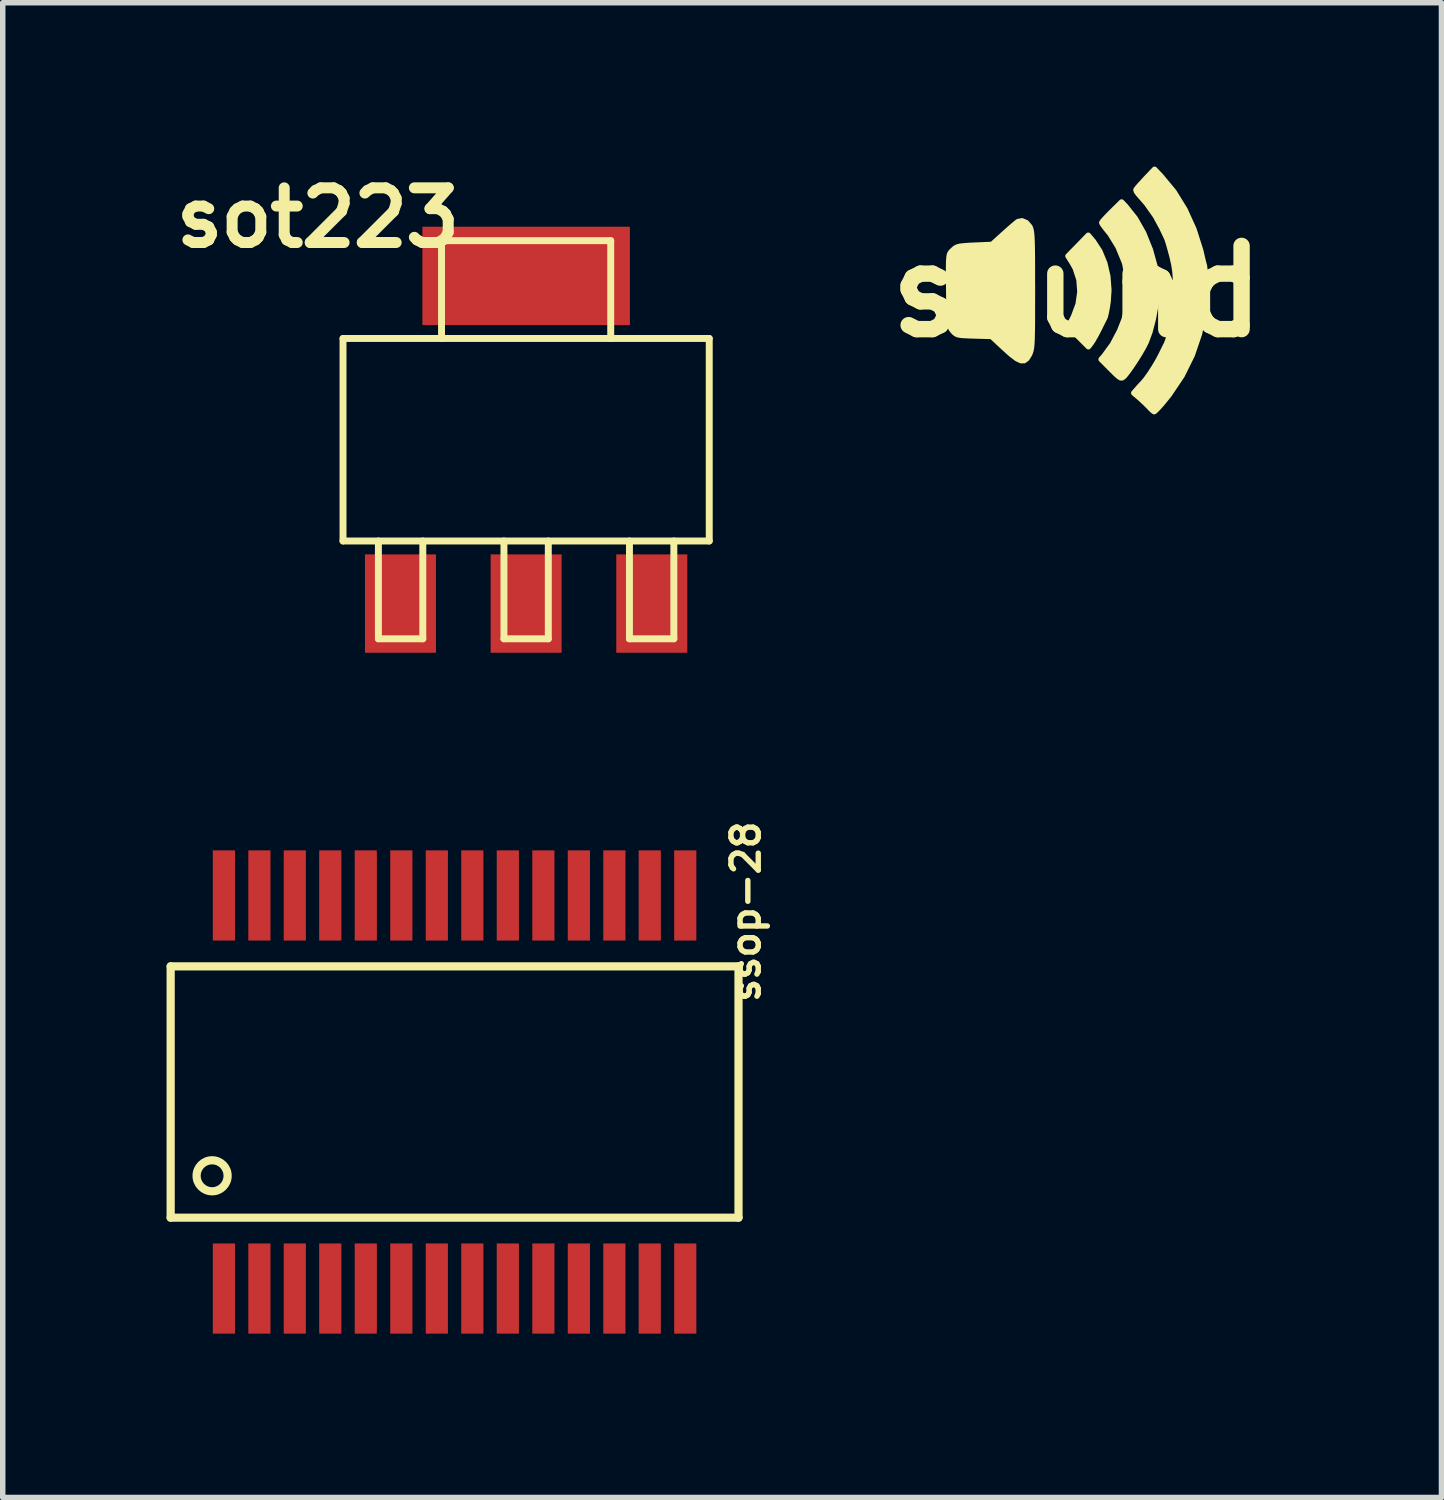
<source format=kicad_pcb>
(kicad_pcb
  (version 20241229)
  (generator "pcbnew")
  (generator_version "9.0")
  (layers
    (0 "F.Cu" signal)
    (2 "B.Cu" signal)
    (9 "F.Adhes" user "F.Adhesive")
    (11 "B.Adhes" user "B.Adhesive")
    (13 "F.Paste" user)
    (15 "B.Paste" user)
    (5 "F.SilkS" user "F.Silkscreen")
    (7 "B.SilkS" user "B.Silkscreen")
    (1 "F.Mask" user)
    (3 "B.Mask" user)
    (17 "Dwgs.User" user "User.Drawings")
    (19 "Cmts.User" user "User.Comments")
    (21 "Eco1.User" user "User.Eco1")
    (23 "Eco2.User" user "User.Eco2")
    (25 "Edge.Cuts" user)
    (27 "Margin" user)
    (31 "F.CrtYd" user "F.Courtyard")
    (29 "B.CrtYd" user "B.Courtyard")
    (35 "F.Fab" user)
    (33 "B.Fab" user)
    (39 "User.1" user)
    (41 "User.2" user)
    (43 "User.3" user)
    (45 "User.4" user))
  (footprint "ssop-28"
    (layer "F.Cu")
    (at 5.274 16.946)
    (property "Reference" "ssop-28" (at 5.334 -3.302 90) (layer "F.SilkS") (effects (font (size 0.5 0.5) (thickness 0.099))))
    (attr smd)
    (fp_line (start -5.199 -2.301) (end 5.199 -2.301) (stroke (width 0.15) (type solid)) (layer "F.SilkS"))
    (fp_line (start -5.199 2.301) (end -5.199 -2.301) (stroke (width 0.15) (type solid)) (layer "F.SilkS"))
    (fp_line (start 5.199 -2.301) (end 5.199 2.301) (stroke (width 0.15) (type solid)) (layer "F.SilkS"))
    (fp_line (start 5.199 2.301) (end -5.199 2.301) (stroke (width 0.15) (type solid)) (layer "F.SilkS"))
    (fp_circle (center -4.44 1.534) (end -4.567 1.788) (stroke (width 0.15) (type solid)) (fill no) (layer "F.SilkS"))
    (pad "1" smd rect (at -4.224 3.599) (size 0.406 1.651) (layers "F.Cu" "F.Mask" "F.Paste"))
    (pad "2" smd rect (at -3.574 3.599) (size 0.406 1.651) (layers "F.Cu" "F.Mask" "F.Paste"))
    (pad "3" smd rect (at -2.926 3.599) (size 0.406 1.651) (layers "F.Cu" "F.Mask" "F.Paste"))
    (pad "4" smd rect (at -2.276 3.599) (size 0.406 1.651) (layers "F.Cu" "F.Mask" "F.Paste"))
    (pad "5" smd rect (at -1.626 3.599) (size 0.406 1.651) (layers "F.Cu" "F.Mask" "F.Paste"))
    (pad "6" smd rect (at -0.975 3.599) (size 0.406 1.651) (layers "F.Cu" "F.Mask" "F.Paste"))
    (pad "7" smd rect (at -0.325 3.599) (size 0.406 1.651) (layers "F.Cu" "F.Mask" "F.Paste"))
    (pad "8" smd rect (at 0.325 3.599) (size 0.406 1.651) (layers "F.Cu" "F.Mask" "F.Paste"))
    (pad "9" smd rect (at 0.975 3.599) (size 0.406 1.651) (layers "F.Cu" "F.Mask" "F.Paste"))
    (pad "10" smd rect (at 1.626 3.599) (size 0.406 1.651) (layers "F.Cu" "F.Mask" "F.Paste"))
    (pad "11" smd rect (at 2.276 3.599) (size 0.406 1.651) (layers "F.Cu" "F.Mask" "F.Paste"))
    (pad "12" smd rect (at 2.926 3.599) (size 0.406 1.651) (layers "F.Cu" "F.Mask" "F.Paste"))
    (pad "13" smd rect (at 3.574 3.599) (size 0.406 1.651) (layers "F.Cu" "F.Mask" "F.Paste"))
    (pad "14" smd rect (at 4.224 3.599) (size 0.406 1.651) (layers "F.Cu" "F.Mask" "F.Paste"))
    (pad "15" smd rect (at 4.224 -3.599) (size 0.406 1.651) (layers "F.Cu" "F.Mask" "F.Paste"))
    (pad "16" smd rect (at 3.574 -3.599) (size 0.406 1.651) (layers "F.Cu" "F.Mask" "F.Paste"))
    (pad "17" smd rect (at 2.926 -3.599) (size 0.406 1.651) (layers "F.Cu" "F.Mask" "F.Paste"))
    (pad "18" smd rect (at 2.276 -3.599) (size 0.406 1.651) (layers "F.Cu" "F.Mask" "F.Paste"))
    (pad "19" smd rect (at 1.626 -3.599) (size 0.406 1.651) (layers "F.Cu" "F.Mask" "F.Paste"))
    (pad "20" smd rect (at 0.975 -3.599) (size 0.406 1.651) (layers "F.Cu" "F.Mask" "F.Paste"))
    (pad "21" smd rect (at 0.325 -3.599) (size 0.406 1.651) (layers "F.Cu" "F.Mask" "F.Paste"))
    (pad "22" smd rect (at -0.325 -3.599) (size 0.406 1.651) (layers "F.Cu" "F.Mask" "F.Paste"))
    (pad "23" smd rect (at -0.975 -3.599) (size 0.406 1.651) (layers "F.Cu" "F.Mask" "F.Paste"))
    (pad "24" smd rect (at -1.626 -3.599) (size 0.406 1.651) (layers "F.Cu" "F.Mask" "F.Paste"))
    (pad "25" smd rect (at -2.276 -3.599) (size 0.406 1.651) (layers "F.Cu" "F.Mask" "F.Paste"))
    (pad "26" smd rect (at -2.926 -3.599) (size 0.406 1.651) (layers "F.Cu" "F.Mask" "F.Paste"))
    (pad "27" smd rect (at -3.574 -3.599) (size 0.406 1.651) (layers "F.Cu" "F.Mask" "F.Paste"))
    (pad "28" smd rect (at -4.224 -3.599) (size 0.406 1.651) (layers "F.Cu" "F.Mask" "F.Paste")))
  (footprint "sound"
    (layer "F.Cu")
    (at 16.673 2.287)
    (property "Reference" "sound" (at 0 0 0) (layer "F.SilkS") (effects (font (size 1.524 1.524) (thickness 0.3))))
    (attr through_hole)
    (fp_poly (pts (xy 0.581 -0.025) (xy 0.567 0.187) (xy 0.549 0.303) (xy 0.53 0.401) (xy 0.514 0.464) (xy 0.51 0.475) (xy 0.486 0.523) (xy 0.445 0.604) (xy 0.397 0.702) (xy 0.395 0.705) (xy 0.342 0.806) (xy 0.292 0.894) (xy 0.255 0.95) (xy 0.207 1.012) (xy 0.024 0.829) (xy -0.158 0.647) (xy -0.064 0.458) (xy 0.02 0.233) (xy 0.052 0.006) (xy 0.035 -0.216) (xy -0.033 -0.424) (xy -0.086 -0.52) (xy -0.167 -0.648) (xy 0.019 -0.838) (xy 0.204 -1.029) (xy 0.297 -0.919) (xy 0.416 -0.737) (xy 0.506 -0.519) (xy 0.562 -0.277) (xy 0.581 -0.025)) (stroke (width 0.1) (type solid)) (fill yes) (layer "F.SilkS"))
    (fp_poly (pts (xy 1.466 -0.195) (xy 1.463 0.026) (xy 1.439 0.266) (xy 1.394 0.509) (xy 1.333 0.741) (xy 1.265 0.925) (xy 1.22 1.014) (xy 1.156 1.126) (xy 1.08 1.249) (xy 1.001 1.368) (xy 0.929 1.47) (xy 0.872 1.542) (xy 0.855 1.559) (xy 0.828 1.58) (xy 0.8 1.582) (xy 0.764 1.561) (xy 0.707 1.511) (xy 0.622 1.426) (xy 0.621 1.425) (xy 0.44 1.243) (xy 0.496 1.179) (xy 0.647 0.972) (xy 0.778 0.724) (xy 0.863 0.508) (xy 0.893 0.381) (xy 0.911 0.215) (xy 0.919 0.028) (xy 0.917 -0.162) (xy 0.904 -0.339) (xy 0.879 -0.486) (xy 0.865 -0.536) (xy 0.749 -0.818) (xy 0.606 -1.051) (xy 0.562 -1.106) (xy 0.504 -1.179) (xy 0.464 -1.235) (xy 0.452 -1.259) (xy 0.47 -1.287) (xy 0.521 -1.344) (xy 0.594 -1.42) (xy 0.633 -1.459) (xy 0.815 -1.638) (xy 0.889 -1.56) (xy 1.066 -1.337) (xy 1.218 -1.069) (xy 1.342 -0.761) (xy 1.436 -0.421) (xy 1.445 -0.381) (xy 1.466 -0.195)) (stroke (width 0.1) (type solid)) (fill yes) (layer "F.SilkS"))
    (fp_poly (pts (xy -0.818 -0.03) (xy -0.819 0.246) (xy -0.819 0.471) (xy -0.82 0.652) (xy -0.823 0.793) (xy -0.826 0.902) (xy -0.831 0.983) (xy -0.838 1.043) (xy -0.848 1.088) (xy -0.859 1.123) (xy -0.873 1.154) (xy -0.875 1.158) (xy -0.92 1.23) (xy -0.969 1.266) (xy -1.028 1.267) (xy -1.105 1.23) (xy -1.206 1.154) (xy -1.326 1.046) (xy -1.566 0.823) (xy -1.886 0.814) (xy -2.025 0.809) (xy -2.12 0.803) (xy -2.181 0.793) (xy -2.222 0.775) (xy -2.254 0.748) (xy -2.274 0.725) (xy -2.298 0.696) (xy -2.315 0.665) (xy -2.328 0.624) (xy -2.336 0.564) (xy -2.342 0.478) (xy -2.345 0.355) (xy -2.348 0.189) (xy -2.349 0.09) (xy -2.351 -0.137) (xy -2.353 -0.315) (xy -2.353 -0.449) (xy -2.351 -0.548) (xy -2.346 -0.618) (xy -2.339 -0.666) (xy -2.327 -0.698) (xy -2.311 -0.722) (xy -2.289 -0.743) (xy -2.276 -0.757) (xy -2.239 -0.79) (xy -2.2 -0.812) (xy -2.146 -0.827) (xy -2.066 -0.836) (xy -1.946 -0.844) (xy -1.879 -0.847) (xy -1.558 -0.861) (xy -1.34 -1.058) (xy -1.245 -1.143) (xy -1.162 -1.215) (xy -1.103 -1.264) (xy -1.081 -1.28) (xy -1.007 -1.293) (xy -0.93 -1.26) (xy -0.868 -1.189) (xy -0.855 -1.163) (xy -0.845 -1.13) (xy -0.836 -1.082) (xy -0.83 -1.015) (xy -0.825 -0.923) (xy -0.822 -0.8) (xy -0.82 -0.641) (xy -0.819 -0.44) (xy -0.819 -0.192) (xy -0.818 -0.03)) (stroke (width 0.1) (type solid)) (fill yes) (layer "F.SilkS"))
    (fp_poly (pts (xy 2.348 -0.072) (xy 2.321 0.36) (xy 2.241 0.774) (xy 2.107 1.168) (xy 1.921 1.543) (xy 1.682 1.898) (xy 1.548 2.062) (xy 1.484 2.133) (xy 1.434 2.184) (xy 1.411 2.201) (xy 1.384 2.182) (xy 1.337 2.136) (xy 1.326 2.124) (xy 1.26 2.057) (xy 1.178 1.98) (xy 1.147 1.952) (xy 1.038 1.859) (xy 1.104 1.783) (xy 1.157 1.724) (xy 1.197 1.682) (xy 1.2 1.679) (xy 1.258 1.611) (xy 1.331 1.509) (xy 1.409 1.388) (xy 1.482 1.265) (xy 1.524 1.185) (xy 1.573 1.087) (xy 1.614 1.004) (xy 1.64 0.953) (xy 1.64 0.952) (xy 1.662 0.894) (xy 1.692 0.795) (xy 1.724 0.672) (xy 1.755 0.539) (xy 1.779 0.423) (xy 1.789 0.344) (xy 1.797 0.225) (xy 1.802 0.083) (xy 1.805 -0.044) (xy 1.803 -0.219) (xy 1.793 -0.36) (xy 1.773 -0.491) (xy 1.741 -0.634) (xy 1.734 -0.66) (xy 1.701 -0.782) (xy 1.671 -0.887) (xy 1.647 -0.96) (xy 1.638 -0.983) (xy 1.612 -1.036) (xy 1.574 -1.117) (xy 1.554 -1.16) (xy 1.431 -1.386) (xy 1.27 -1.613) (xy 1.12 -1.785) (xy 1.085 -1.833) (xy 1.078 -1.862) (xy 1.1 -1.893) (xy 1.152 -1.953) (xy 1.224 -2.031) (xy 1.252 -2.062) (xy 1.418 -2.237) (xy 1.536 -2.113) (xy 1.773 -1.827) (xy 1.975 -1.5) (xy 2.139 -1.139) (xy 2.263 -0.75) (xy 2.301 -0.583) (xy 2.319 -0.512) (xy 2.33 -0.474) (xy 2.337 -0.424) (xy 2.343 -0.331) (xy 2.347 -0.209) (xy 2.348 -0.072)) (stroke (width 0.1) (type solid)) (fill yes) (layer "F.SilkS")))
  (footprint "sot223"
    (layer "F.Cu")
    (at 6.584 5.002)
    (property "Reference" "sot223" (at -3.81 -4.064 0) (layer "F.SilkS") (effects (font (size 1.001 1.001) (thickness 0.201))))
    (attr smd)
    (fp_line (start -3.353 -1.854) (end 3.353 -1.854) (stroke (width 0.127) (type solid)) (layer "F.SilkS"))
    (fp_line (start -3.353 1.854) (end -3.353 -1.854) (stroke (width 0.127) (type solid)) (layer "F.SilkS"))
    (fp_line (start -2.705 3.645) (end -2.705 1.854) (stroke (width 0.127) (type solid)) (layer "F.SilkS"))
    (fp_line (start -2.705 3.645) (end -1.892 3.645) (stroke (width 0.127) (type solid)) (layer "F.SilkS"))
    (fp_line (start -1.892 3.645) (end -1.892 1.854) (stroke (width 0.127) (type solid)) (layer "F.SilkS"))
    (fp_line (start -1.549 -3.645) (end -1.549 -1.854) (stroke (width 0.127) (type solid)) (layer "F.SilkS"))
    (fp_line (start -1.549 -3.645) (end 1.549 -3.645) (stroke (width 0.127) (type solid)) (layer "F.SilkS"))
    (fp_line (start -0.406 3.645) (end -0.406 1.854) (stroke (width 0.127) (type solid)) (layer "F.SilkS"))
    (fp_line (start -0.406 3.645) (end 0.406 3.645) (stroke (width 0.127) (type solid)) (layer "F.SilkS"))
    (fp_line (start 0.406 3.645) (end 0.406 1.854) (stroke (width 0.127) (type solid)) (layer "F.SilkS"))
    (fp_line (start 1.549 -3.645) (end 1.549 -1.854) (stroke (width 0.127) (type solid)) (layer "F.SilkS"))
    (fp_line (start 1.892 3.645) (end 1.892 1.854) (stroke (width 0.127) (type solid)) (layer "F.SilkS"))
    (fp_line (start 1.892 3.645) (end 2.705 3.645) (stroke (width 0.127) (type solid)) (layer "F.SilkS"))
    (fp_line (start 2.705 3.645) (end 2.705 1.854) (stroke (width 0.127) (type solid)) (layer "F.SilkS"))
    (fp_line (start 3.353 -1.854) (end 3.353 1.854) (stroke (width 0.127) (type solid)) (layer "F.SilkS"))
    (fp_line (start 3.353 1.854) (end -3.353 1.854) (stroke (width 0.127) (type solid)) (layer "F.SilkS"))
    (pad "1" smd rect (at -2.301 3) (size 1.3 1.801) (layers "F.Cu" "F.Mask" "F.Paste"))
    (pad "2" smd rect (at 0 -3) (size 3.8 1.801) (layers "F.Cu" "F.Mask" "F.Paste"))
    (pad "2" smd rect (at 0 3) (size 1.3 1.801) (layers "F.Cu" "F.Mask" "F.Paste"))
    (pad "3" smd rect (at 2.301 3) (size 1.3 1.801) (layers "F.Cu" "F.Mask" "F.Paste")))
  (gr_rect
    (start -3 -3)
    (end 23.345 24.371)
    (stroke (width 0.1) (type default))
    (fill no)
    (layer "Edge.Cuts")))
</source>
